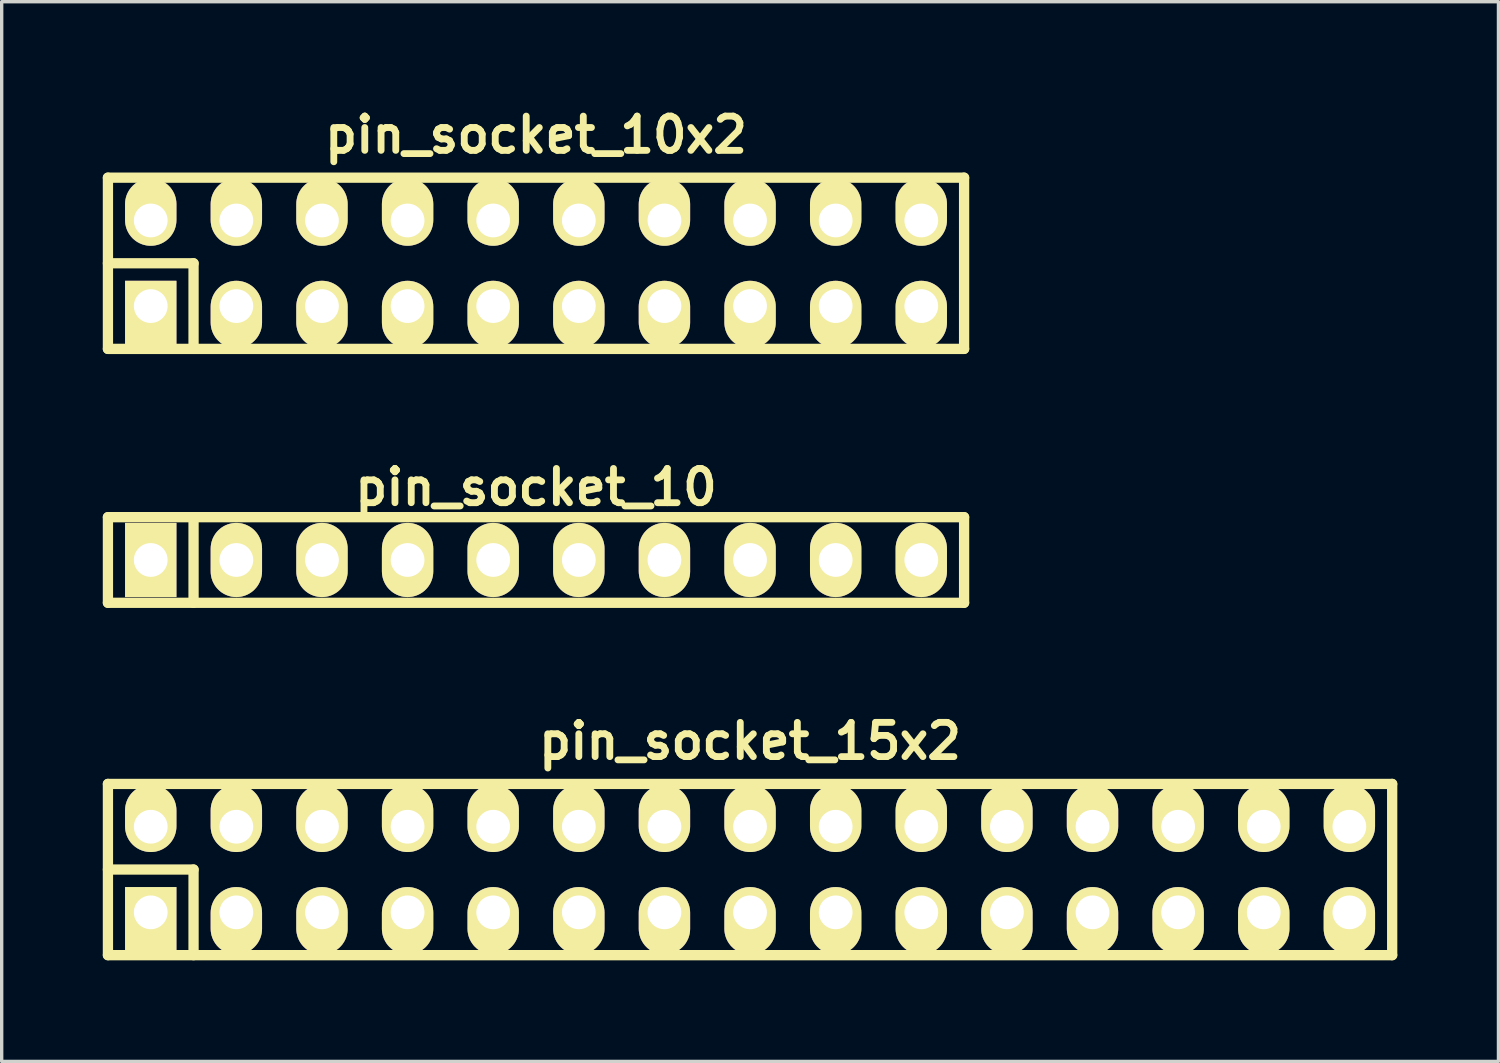
<source format=kicad_pcb>
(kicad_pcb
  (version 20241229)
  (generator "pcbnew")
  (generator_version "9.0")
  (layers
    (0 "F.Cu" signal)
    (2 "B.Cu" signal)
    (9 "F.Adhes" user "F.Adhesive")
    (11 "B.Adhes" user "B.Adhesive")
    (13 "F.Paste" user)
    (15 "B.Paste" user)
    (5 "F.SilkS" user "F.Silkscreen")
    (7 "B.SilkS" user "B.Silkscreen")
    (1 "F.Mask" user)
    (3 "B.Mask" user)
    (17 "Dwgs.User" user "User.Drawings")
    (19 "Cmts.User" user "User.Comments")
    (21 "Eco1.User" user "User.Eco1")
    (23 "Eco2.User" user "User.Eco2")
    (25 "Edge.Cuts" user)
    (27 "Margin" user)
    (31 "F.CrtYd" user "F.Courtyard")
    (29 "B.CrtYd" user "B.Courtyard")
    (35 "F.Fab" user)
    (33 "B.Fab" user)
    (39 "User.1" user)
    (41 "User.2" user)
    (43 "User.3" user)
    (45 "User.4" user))
  (footprint "pin_socket_10"
    (layer "F.Cu")
    (at 12.852 13.563)
    (property "Reference" "pin_socket_10" (at 0 -2.159 0) (layer "F.SilkS") (effects (font (size 1.016 1.016) (thickness 0.203))))
    (attr through_hole)
    (fp_line (start -12.7 -1.27) (end 12.7 -1.27) (stroke (width 0.305) (type solid)) (layer "F.SilkS"))
    (fp_line (start -12.7 1.27) (end -12.7 -1.27) (stroke (width 0.305) (type solid)) (layer "F.SilkS"))
    (fp_line (start -10.16 -1.27) (end -10.16 1.27) (stroke (width 0.305) (type solid)) (layer "F.SilkS"))
    (fp_line (start 12.7 -1.27) (end 12.7 1.27) (stroke (width 0.305) (type solid)) (layer "F.SilkS"))
    (fp_line (start 12.7 1.27) (end -12.7 1.27) (stroke (width 0.305) (type solid)) (layer "F.SilkS"))
    (pad "1" thru_hole rect (at -11.43 0) (size 1.524 2.2) (drill 1.001) (layers "*.Cu" "*.Mask" "F.SilkS"))
    (pad "2" thru_hole oval (at -8.89 0) (size 1.524 2.2) (drill 1.001) (layers "*.Cu" "*.Mask" "F.SilkS"))
    (pad "3" thru_hole oval (at -6.35 0) (size 1.524 2.2) (drill 1.001) (layers "*.Cu" "*.Mask" "F.SilkS"))
    (pad "4" thru_hole oval (at -3.81 0) (size 1.524 2.2) (drill 1.001) (layers "*.Cu" "*.Mask" "F.SilkS"))
    (pad "5" thru_hole oval (at -1.27 0) (size 1.524 2.2) (drill 1.001) (layers "*.Cu" "*.Mask" "F.SilkS"))
    (pad "6" thru_hole oval (at 1.27 0) (size 1.524 2.2) (drill 1.001) (layers "*.Cu" "*.Mask" "F.SilkS"))
    (pad "7" thru_hole oval (at 3.81 0) (size 1.524 2.2) (drill 1.001) (layers "*.Cu" "*.Mask" "F.SilkS"))
    (pad "8" thru_hole oval (at 6.35 0) (size 1.524 2.2) (drill 1.001) (layers "*.Cu" "*.Mask" "F.SilkS"))
    (pad "9" thru_hole oval (at 8.89 0) (size 1.524 2.2) (drill 1.001) (layers "*.Cu" "*.Mask" "F.SilkS"))
    (pad "10" thru_hole oval (at 11.43 0) (size 1.524 2.2) (drill 1.001) (layers "*.Cu" "*.Mask" "F.SilkS")))
  (footprint "pin_socket_10x2"
    (layer "F.Cu")
    (at 12.852 4.761)
    (property "Reference" "pin_socket_10x2" (at 0 -3.81 0) (layer "F.SilkS") (effects (font (size 1.016 1.016) (thickness 0.203))))
    (attr through_hole)
    (fp_line (start -12.7 -2.54) (end -12.7 2.54) (stroke (width 0.305) (type solid)) (layer "F.SilkS"))
    (fp_line (start -12.7 0) (end -10.16 0) (stroke (width 0.305) (type solid)) (layer "F.SilkS"))
    (fp_line (start -12.7 2.54) (end 12.7 2.54) (stroke (width 0.305) (type solid)) (layer "F.SilkS"))
    (fp_line (start -10.16 0) (end -10.16 2.54) (stroke (width 0.305) (type solid)) (layer "F.SilkS"))
    (fp_line (start 12.7 -2.54) (end -12.7 -2.54) (stroke (width 0.305) (type solid)) (layer "F.SilkS"))
    (fp_line (start 12.7 2.54) (end 12.7 -2.54) (stroke (width 0.305) (type solid)) (layer "F.SilkS"))
    (pad "1" thru_hole rect (at -11.43 1.27) (size 1.524 1.999) (drill 1.001 (offset 0 0.249)) (layers "*.Cu" "*.Mask" "F.SilkS"))
    (pad "2" thru_hole oval (at -11.43 -1.27) (size 1.524 1.999) (drill 1.001 (offset 0 -0.249)) (layers "*.Cu" "*.Mask" "F.SilkS"))
    (pad "3" thru_hole oval (at -8.89 1.27) (size 1.524 1.999) (drill 1.001 (offset 0 0.249)) (layers "*.Cu" "*.Mask" "F.SilkS"))
    (pad "4" thru_hole oval (at -8.89 -1.27) (size 1.524 1.999) (drill 1.001 (offset 0 -0.249)) (layers "*.Cu" "*.Mask" "F.SilkS"))
    (pad "5" thru_hole oval (at -6.35 1.27) (size 1.524 1.999) (drill 1.001 (offset 0 0.249)) (layers "*.Cu" "*.Mask" "F.SilkS"))
    (pad "6" thru_hole oval (at -6.35 -1.27) (size 1.524 1.999) (drill 1.001 (offset 0 -0.249)) (layers "*.Cu" "*.Mask" "F.SilkS"))
    (pad "7" thru_hole oval (at -3.81 1.27) (size 1.524 1.999) (drill 1.001 (offset 0 0.249)) (layers "*.Cu" "*.Mask" "F.SilkS"))
    (pad "8" thru_hole oval (at -3.81 -1.27) (size 1.524 1.999) (drill 1.001 (offset 0 -0.249)) (layers "*.Cu" "*.Mask" "F.SilkS"))
    (pad "9" thru_hole oval (at -1.27 1.27) (size 1.524 1.999) (drill 1.001 (offset 0 0.249)) (layers "*.Cu" "*.Mask" "F.SilkS"))
    (pad "10" thru_hole oval (at -1.27 -1.27) (size 1.524 1.999) (drill 1.001 (offset 0 -0.249)) (layers "*.Cu" "*.Mask" "F.SilkS"))
    (pad "11" thru_hole oval (at 1.27 1.27) (size 1.524 1.999) (drill 1.001 (offset 0 0.249)) (layers "*.Cu" "*.Mask" "F.SilkS"))
    (pad "12" thru_hole oval (at 1.27 -1.27) (size 1.524 1.999) (drill 1.001 (offset 0 -0.249)) (layers "*.Cu" "*.Mask" "F.SilkS"))
    (pad "13" thru_hole oval (at 3.81 1.27) (size 1.524 1.999) (drill 1.001 (offset 0 0.249)) (layers "*.Cu" "*.Mask" "F.SilkS"))
    (pad "14" thru_hole oval (at 3.81 -1.27) (size 1.524 1.999) (drill 1.001 (offset 0 -0.249)) (layers "*.Cu" "*.Mask" "F.SilkS"))
    (pad "15" thru_hole oval (at 6.35 1.27) (size 1.524 1.999) (drill 1.001 (offset 0 0.249)) (layers "*.Cu" "*.Mask" "F.SilkS"))
    (pad "16" thru_hole oval (at 6.35 -1.27) (size 1.524 1.999) (drill 1.001 (offset 0 -0.249)) (layers "*.Cu" "*.Mask" "F.SilkS"))
    (pad "17" thru_hole oval (at 8.89 1.27) (size 1.524 1.999) (drill 1.001 (offset 0 0.249)) (layers "*.Cu" "*.Mask" "F.SilkS"))
    (pad "18" thru_hole oval (at 8.89 -1.27) (size 1.524 1.999) (drill 1.001 (offset 0 -0.249)) (layers "*.Cu" "*.Mask" "F.SilkS"))
    (pad "19" thru_hole oval (at 11.43 1.27) (size 1.524 1.999) (drill 1.001 (offset 0 0.249)) (layers "*.Cu" "*.Mask" "F.SilkS"))
    (pad "20" thru_hole oval (at 11.43 -1.27) (size 1.524 1.999) (drill 1.001 (offset 0 -0.249)) (layers "*.Cu" "*.Mask" "F.SilkS")))
  (footprint "pin_socket_15x2"
    (layer "F.Cu")
    (at 19.202 22.747)
    (property "Reference" "pin_socket_15x2" (at 0 -3.81 0) (layer "F.SilkS") (effects (font (size 1.016 1.016) (thickness 0.203))))
    (attr through_hole)
    (fp_line (start -19.05 -2.54) (end -19.05 2.54) (stroke (width 0.305) (type solid)) (layer "F.SilkS"))
    (fp_line (start -19.05 -2.54) (end 19.05 -2.54) (stroke (width 0.305) (type solid)) (layer "F.SilkS"))
    (fp_line (start -19.05 0) (end -16.51 0) (stroke (width 0.305) (type solid)) (layer "F.SilkS"))
    (fp_line (start -16.51 0) (end -16.51 2.54) (stroke (width 0.305) (type solid)) (layer "F.SilkS"))
    (fp_line (start 19.05 2.54) (end -19.05 2.54) (stroke (width 0.305) (type solid)) (layer "F.SilkS"))
    (fp_line (start 19.05 2.54) (end 19.05 -2.54) (stroke (width 0.305) (type solid)) (layer "F.SilkS"))
    (pad "1" thru_hole rect (at -17.78 1.27) (size 1.524 1.999) (drill 1.001 (offset 0 0.249)) (layers "*.Cu" "*.Mask" "F.SilkS"))
    (pad "2" thru_hole oval (at -17.78 -1.27) (size 1.524 1.999) (drill 1.001 (offset 0 -0.249)) (layers "*.Cu" "*.Mask" "F.SilkS"))
    (pad "3" thru_hole oval (at -15.24 1.27) (size 1.524 1.999) (drill 1.001 (offset 0 0.249)) (layers "*.Cu" "*.Mask" "F.SilkS"))
    (pad "4" thru_hole oval (at -15.24 -1.27) (size 1.524 1.999) (drill 1.001 (offset 0 -0.249)) (layers "*.Cu" "*.Mask" "F.SilkS"))
    (pad "5" thru_hole oval (at -12.7 1.27) (size 1.524 1.999) (drill 1.001 (offset 0 0.249)) (layers "*.Cu" "*.Mask" "F.SilkS"))
    (pad "6" thru_hole oval (at -12.7 -1.27) (size 1.524 1.999) (drill 1.001 (offset 0 -0.249)) (layers "*.Cu" "*.Mask" "F.SilkS"))
    (pad "7" thru_hole oval (at -10.16 1.27) (size 1.524 1.999) (drill 1.001 (offset 0 0.249)) (layers "*.Cu" "*.Mask" "F.SilkS"))
    (pad "8" thru_hole oval (at -10.16 -1.27) (size 1.524 1.999) (drill 1.001 (offset 0 -0.249)) (layers "*.Cu" "*.Mask" "F.SilkS"))
    (pad "9" thru_hole oval (at -7.62 1.27) (size 1.524 1.999) (drill 1.001 (offset 0 0.249)) (layers "*.Cu" "*.Mask" "F.SilkS"))
    (pad "10" thru_hole oval (at -7.62 -1.27) (size 1.524 1.999) (drill 1.001 (offset 0 -0.249)) (layers "*.Cu" "*.Mask" "F.SilkS"))
    (pad "11" thru_hole oval (at -5.08 1.27) (size 1.524 1.999) (drill 1.001 (offset 0 0.249)) (layers "*.Cu" "*.Mask" "F.SilkS"))
    (pad "12" thru_hole oval (at -5.08 -1.27) (size 1.524 1.999) (drill 1.001 (offset 0 -0.249)) (layers "*.Cu" "*.Mask" "F.SilkS"))
    (pad "13" thru_hole oval (at -2.54 1.27) (size 1.524 1.999) (drill 1.001 (offset 0 0.249)) (layers "*.Cu" "*.Mask" "F.SilkS"))
    (pad "14" thru_hole oval (at -2.54 -1.27) (size 1.524 1.999) (drill 1.001 (offset 0 -0.249)) (layers "*.Cu" "*.Mask" "F.SilkS"))
    (pad "15" thru_hole oval (at 0 1.27) (size 1.524 1.999) (drill 1.001 (offset 0 0.249)) (layers "*.Cu" "*.Mask" "F.SilkS"))
    (pad "16" thru_hole oval (at 0 -1.27) (size 1.524 1.999) (drill 1.001 (offset 0 -0.249)) (layers "*.Cu" "*.Mask" "F.SilkS"))
    (pad "17" thru_hole oval (at 2.54 1.27) (size 1.524 1.999) (drill 1.001 (offset 0 0.249)) (layers "*.Cu" "*.Mask" "F.SilkS"))
    (pad "18" thru_hole oval (at 2.54 -1.27) (size 1.524 1.999) (drill 1.001 (offset 0 -0.249)) (layers "*.Cu" "*.Mask" "F.SilkS"))
    (pad "19" thru_hole oval (at 5.08 1.27) (size 1.524 1.999) (drill 1.001 (offset 0 0.249)) (layers "*.Cu" "*.Mask" "F.SilkS"))
    (pad "20" thru_hole oval (at 5.08 -1.27) (size 1.524 1.999) (drill 1.001 (offset 0 -0.249)) (layers "*.Cu" "*.Mask" "F.SilkS"))
    (pad "21" thru_hole oval (at 7.62 1.27) (size 1.524 1.999) (drill 1.001 (offset 0 0.249)) (layers "*.Cu" "*.Mask" "F.SilkS"))
    (pad "22" thru_hole oval (at 7.62 -1.27) (size 1.524 1.999) (drill 1.001 (offset 0 -0.249)) (layers "*.Cu" "*.Mask" "F.SilkS"))
    (pad "23" thru_hole oval (at 10.16 1.27) (size 1.524 1.999) (drill 1.001 (offset 0 0.249)) (layers "*.Cu" "*.Mask" "F.SilkS"))
    (pad "24" thru_hole oval (at 10.16 -1.27) (size 1.524 1.999) (drill 1.001 (offset 0 -0.249)) (layers "*.Cu" "*.Mask" "F.SilkS"))
    (pad "25" thru_hole oval (at 12.7 1.27) (size 1.524 1.999) (drill 1.001 (offset 0 0.249)) (layers "*.Cu" "*.Mask" "F.SilkS"))
    (pad "26" thru_hole oval (at 12.7 -1.27) (size 1.524 1.999) (drill 1.001 (offset 0 -0.249)) (layers "*.Cu" "*.Mask" "F.SilkS"))
    (pad "27" thru_hole oval (at 15.24 1.27) (size 1.524 1.999) (drill 1.001 (offset 0 0.249)) (layers "*.Cu" "*.Mask" "F.SilkS"))
    (pad "28" thru_hole oval (at 15.24 -1.27) (size 1.524 1.999) (drill 1.001 (offset 0 -0.249)) (layers "*.Cu" "*.Mask" "F.SilkS"))
    (pad "29" thru_hole oval (at 17.78 1.27) (size 1.524 1.999) (drill 1.001 (offset 0 0.249)) (layers "*.Cu" "*.Mask" "F.SilkS"))
    (pad "30" thru_hole oval (at 17.78 -1.27) (size 1.524 1.999) (drill 1.001 (offset 0 -0.249)) (layers "*.Cu" "*.Mask" "F.SilkS")))
  (gr_rect
    (start -3 -3)
    (end 41.405 28.439)
    (stroke (width 0.1) (type default))
    (fill no)
    (layer "Edge.Cuts")))
</source>
